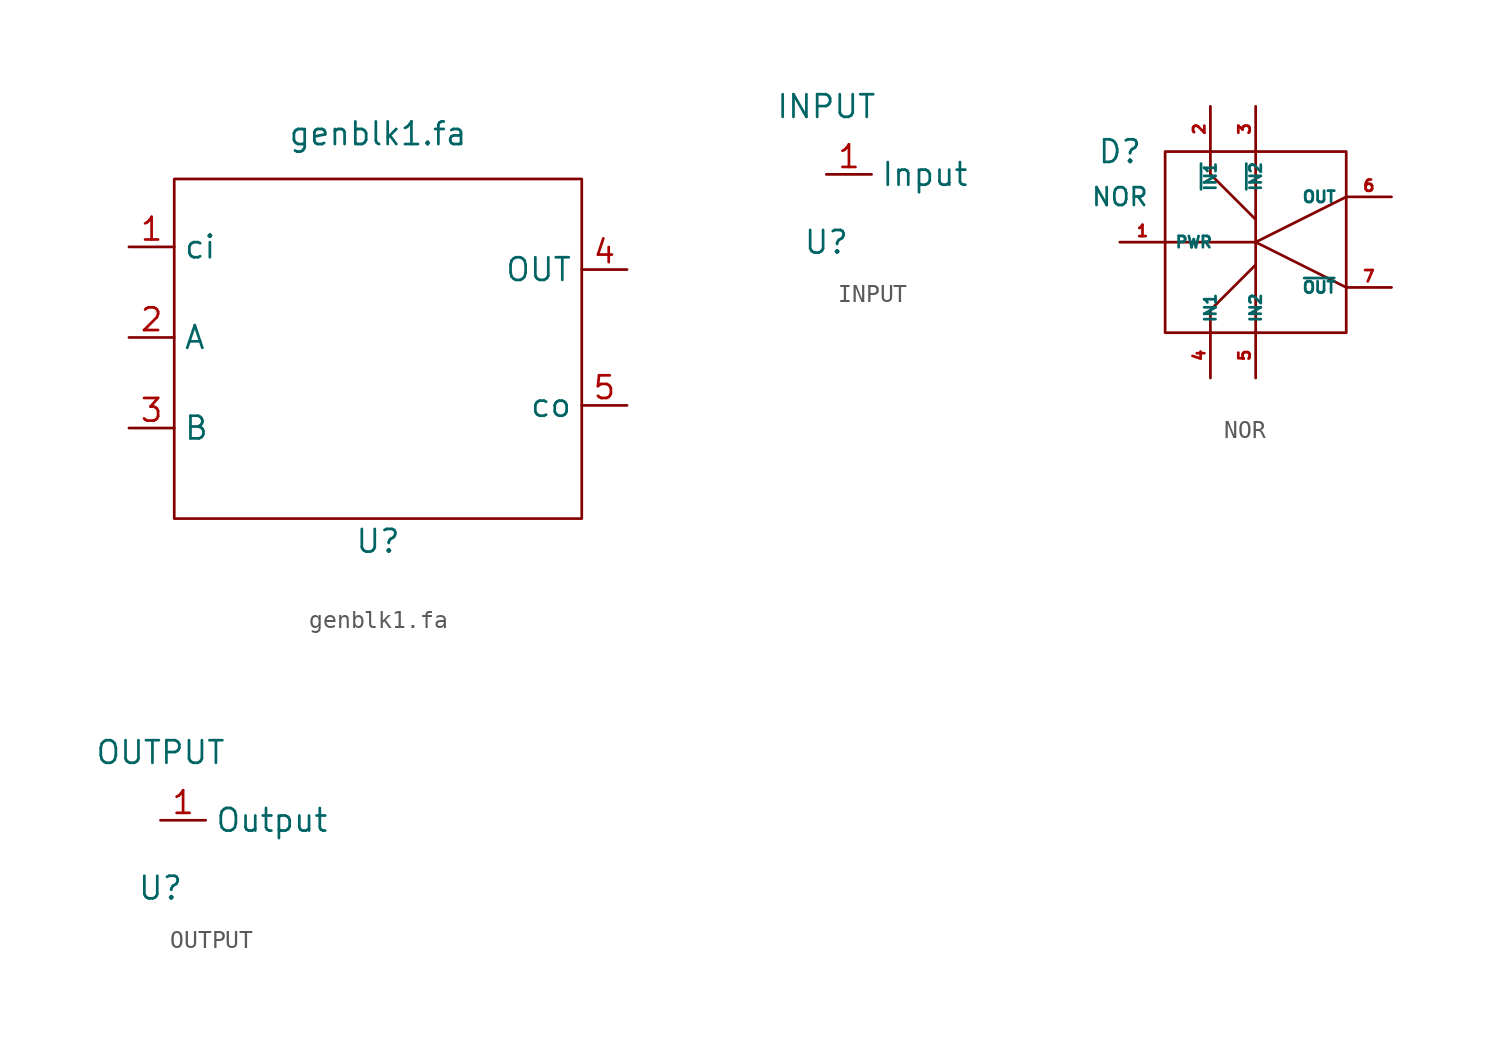
<source format=kicad_sym>
(kicad_symbol_lib
  (version 20211014)
  (generator kicad_symbol_editor)
  (symbol "genblk1.fa"
    (property "Reference" "U"
      (at 0 -11.43 0)
      (effects (font (size 1.27 1.27))))
    (property "Value" "genblk1.fa"
      (at 0 11.43 0)
      (effects (font (size 1.27 1.27))))
    (symbol "genblk1.fa_0_1"
      (rectangle (start -11.43 8.89) (end 11.43 -10.16) (stroke (width 0) (type default) (color 0 0 0 0)) (fill (type none))))
    (symbol "genblk1.fa_1_1"
      (pin input line (at -13.97 5.08 0) (length 2.54) (name "ci" (effects (font (size 1.27 1.27)))) (number "1" (effects (font (size 1.27 1.27)))))
      (pin input line (at -13.97 0 0) (length 2.54) (name "A" (effects (font (size 1.27 1.27)))) (number "2" (effects (font (size 1.27 1.27)))))
      (pin input line (at -13.97 -5.08 0) (length 2.54) (name "B" (effects (font (size 1.27 1.27)))) (number "3" (effects (font (size 1.27 1.27)))))
      (pin output line (at 13.97 3.81 180) (length 2.54) (name "OUT" (effects (font (size 1.27 1.27)))) (number "4" (effects (font (size 1.27 1.27)))))
      (pin output line (at 13.97 -3.81 180) (length 2.54) (name "co" (effects (font (size 1.27 1.27)))) (number "5" (effects (font (size 1.27 1.27)))))))
  (symbol "INPUT"
    (property "Reference" "U"
      (at 0 -3.81 0)
      (effects (font (size 1.27 1.27))))
    (property "Value" "INPUT"
      (at 0 3.81 0)
      (effects (font (size 1.27 1.27))))
    (symbol "INPUT_1_1"
      (pin input line (at 0 0 0) (length 2.54) (name "Input" (effects (font (size 1.27 1.27)))) (number "1" (effects (font (size 1.27 1.27)))))))
  (symbol "NOR"
    (property "Reference" "D"
      (at -7.62 5.08 0)
      (effects (font (size 1.27 1.27))))
    (property "Value" "NOR"
      (at -7.62 2.54 0)
      (effects (font (size 1 1))))
    (symbol "NOR_0_1"
      (rectangle (start -5.08 5.08) (end 5.08 -5.08) (stroke (width 0) (type default) (color 0 0 0 0)) (fill (type none)))
      (polyline (pts (xy 0 -5.08) (xy 0 0)) (stroke (width 0) (type default) (color 0 0 0 0)) (fill (type none)))
      (polyline (pts (xy 0 0) (xy 5.08 -2.54)) (stroke (width 0) (type default) (color 0 0 0 0)) (fill (type none)))
      (polyline (pts (xy 0 5.08) (xy 0 0)) (stroke (width 0) (type default) (color 0 0 0 0)) (fill (type none)))
      (polyline (pts (xy -5.08 0) (xy 0 0) (xy 5.08 2.54)) (stroke (width 0) (type default) (color 0 0 0 0)) (fill (type none)))
      (polyline (pts (xy -2.54 -5.08) (xy -2.54 -3.81) (xy 0 -1.27)) (stroke (width 0) (type default) (color 0 0 0 0)) (fill (type none)))
      (polyline (pts (xy -2.54 5.08) (xy -2.54 3.81) (xy 0 1.27)) (stroke (width 0) (type default) (color 0 0 0 0)) (fill (type none))))
    (symbol "NOR_1_1"
      (pin power_in line (at -7.62 0 0) (length 2.54) (name "PWR" (effects (font (size 0.635 0.635)))) (number "1" (effects (font (size 0.635 0.635)))))
      (pin input line (at -2.54 7.62 270) (length 2.54) (name "~{IN1}" (effects (font (size 0.635 0.635)))) (number "2" (effects (font (size 0.635 0.635)))))
      (pin input line (at 0 7.62 270) (length 2.54) (name "~{IN2}" (effects (font (size 0.635 0.635)))) (number "3" (effects (font (size 0.635 0.635)))))
      (pin input line (at -2.54 -7.62 90) (length 2.54) (name "IN1" (effects (font (size 0.635 0.635)))) (number "4" (effects (font (size 0.635 0.635)))))
      (pin input line (at 0 -7.62 90) (length 2.54) (name "IN2" (effects (font (size 0.635 0.635)))) (number "5" (effects (font (size 0.635 0.635)))))
      (pin output line (at 7.62 2.54 180) (length 2.54) (name "OUT" (effects (font (size 0.635 0.635)))) (number "6" (effects (font (size 0.635 0.635)))))
      (pin output line (at 7.62 -2.54 180) (length 2.54) (name "~{OUT}" (effects (font (size 0.635 0.635)))) (number "7" (effects (font (size 0.635 0.635)))))))
  (symbol "OUTPUT"
    (property "Reference" "U"
      (at 0 -3.81 0)
      (effects (font (size 1.27 1.27))))
    (property "Value" "OUTPUT"
      (at 0 3.81 0)
      (effects (font (size 1.27 1.27))))
    (symbol "OUTPUT_1_1"
      (pin output line (at 0 0 0) (length 2.54) (name "Output" (effects (font (size 1.27 1.27)))) (number "1" (effects (font (size 1.27 1.27))))))))
</source>
